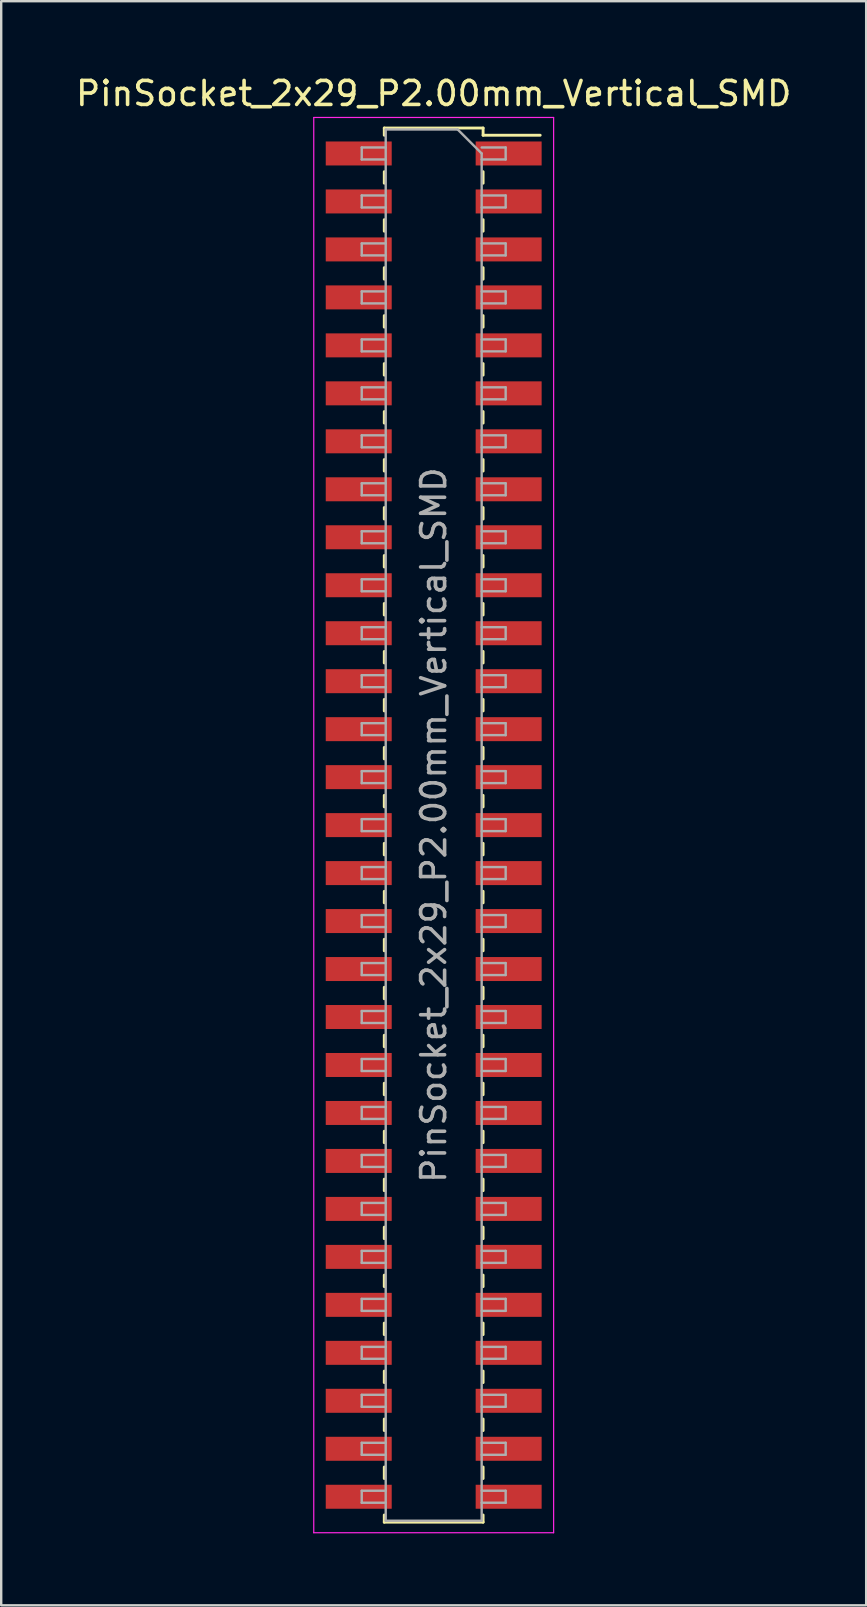
<source format=kicad_pcb>
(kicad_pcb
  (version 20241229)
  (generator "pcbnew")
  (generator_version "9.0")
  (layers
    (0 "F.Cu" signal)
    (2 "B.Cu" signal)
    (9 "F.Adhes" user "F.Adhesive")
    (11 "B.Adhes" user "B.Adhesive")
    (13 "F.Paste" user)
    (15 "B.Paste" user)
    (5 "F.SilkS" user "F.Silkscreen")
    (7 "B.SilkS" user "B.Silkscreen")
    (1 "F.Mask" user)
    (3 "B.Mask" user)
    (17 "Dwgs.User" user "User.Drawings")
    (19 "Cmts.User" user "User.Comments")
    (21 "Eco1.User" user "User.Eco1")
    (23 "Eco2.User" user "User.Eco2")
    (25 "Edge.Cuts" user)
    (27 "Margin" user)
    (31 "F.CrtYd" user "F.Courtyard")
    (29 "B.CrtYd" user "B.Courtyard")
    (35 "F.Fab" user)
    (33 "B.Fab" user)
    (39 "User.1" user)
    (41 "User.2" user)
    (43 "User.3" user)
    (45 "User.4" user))
  (footprint "PinSocket_2x29_P2.00mm_Vertical_SMD"
    (layer "F.Cu")
    (at 15.03 31.348)
    (property "Reference" "PinSocket_2x29_P2.00mm_Vertical_SMD" (at 0 -30.5 0) (layer "F.SilkS") (effects (font (size 1 1) (thickness 0.15))))
    (attr smd)
    (fp_line (start -2.06 -29.06) (end -2.06 -28.76) (stroke (width 0.12) (type solid)) (layer "F.SilkS"))
    (fp_line (start -2.06 -29.06) (end 2.06 -29.06) (stroke (width 0.12) (type solid)) (layer "F.SilkS"))
    (fp_line (start -2.06 -27.24) (end -2.06 -26.76) (stroke (width 0.12) (type solid)) (layer "F.SilkS"))
    (fp_line (start -2.06 -25.24) (end -2.06 -24.76) (stroke (width 0.12) (type solid)) (layer "F.SilkS"))
    (fp_line (start -2.06 -23.24) (end -2.06 -22.76) (stroke (width 0.12) (type solid)) (layer "F.SilkS"))
    (fp_line (start -2.06 -21.24) (end -2.06 -20.76) (stroke (width 0.12) (type solid)) (layer "F.SilkS"))
    (fp_line (start -2.06 -19.24) (end -2.06 -18.76) (stroke (width 0.12) (type solid)) (layer "F.SilkS"))
    (fp_line (start -2.06 -17.24) (end -2.06 -16.76) (stroke (width 0.12) (type solid)) (layer "F.SilkS"))
    (fp_line (start -2.06 -15.24) (end -2.06 -14.76) (stroke (width 0.12) (type solid)) (layer "F.SilkS"))
    (fp_line (start -2.06 -13.24) (end -2.06 -12.76) (stroke (width 0.12) (type solid)) (layer "F.SilkS"))
    (fp_line (start -2.06 -11.24) (end -2.06 -10.76) (stroke (width 0.12) (type solid)) (layer "F.SilkS"))
    (fp_line (start -2.06 -9.24) (end -2.06 -8.76) (stroke (width 0.12) (type solid)) (layer "F.SilkS"))
    (fp_line (start -2.06 -7.24) (end -2.06 -6.76) (stroke (width 0.12) (type solid)) (layer "F.SilkS"))
    (fp_line (start -2.06 -5.24) (end -2.06 -4.76) (stroke (width 0.12) (type solid)) (layer "F.SilkS"))
    (fp_line (start -2.06 -3.24) (end -2.06 -2.76) (stroke (width 0.12) (type solid)) (layer "F.SilkS"))
    (fp_line (start -2.06 -1.24) (end -2.06 -0.76) (stroke (width 0.12) (type solid)) (layer "F.SilkS"))
    (fp_line (start -2.06 0.76) (end -2.06 1.24) (stroke (width 0.12) (type solid)) (layer "F.SilkS"))
    (fp_line (start -2.06 2.76) (end -2.06 3.24) (stroke (width 0.12) (type solid)) (layer "F.SilkS"))
    (fp_line (start -2.06 4.76) (end -2.06 5.24) (stroke (width 0.12) (type solid)) (layer "F.SilkS"))
    (fp_line (start -2.06 6.76) (end -2.06 7.24) (stroke (width 0.12) (type solid)) (layer "F.SilkS"))
    (fp_line (start -2.06 8.76) (end -2.06 9.24) (stroke (width 0.12) (type solid)) (layer "F.SilkS"))
    (fp_line (start -2.06 10.76) (end -2.06 11.24) (stroke (width 0.12) (type solid)) (layer "F.SilkS"))
    (fp_line (start -2.06 12.76) (end -2.06 13.24) (stroke (width 0.12) (type solid)) (layer "F.SilkS"))
    (fp_line (start -2.06 14.76) (end -2.06 15.24) (stroke (width 0.12) (type solid)) (layer "F.SilkS"))
    (fp_line (start -2.06 16.76) (end -2.06 17.24) (stroke (width 0.12) (type solid)) (layer "F.SilkS"))
    (fp_line (start -2.06 18.76) (end -2.06 19.24) (stroke (width 0.12) (type solid)) (layer "F.SilkS"))
    (fp_line (start -2.06 20.76) (end -2.06 21.24) (stroke (width 0.12) (type solid)) (layer "F.SilkS"))
    (fp_line (start -2.06 22.76) (end -2.06 23.24) (stroke (width 0.12) (type solid)) (layer "F.SilkS"))
    (fp_line (start -2.06 24.76) (end -2.06 25.24) (stroke (width 0.12) (type solid)) (layer "F.SilkS"))
    (fp_line (start -2.06 26.76) (end -2.06 27.24) (stroke (width 0.12) (type solid)) (layer "F.SilkS"))
    (fp_line (start -2.06 28.76) (end -2.06 29.06) (stroke (width 0.12) (type solid)) (layer "F.SilkS"))
    (fp_line (start -2.06 29.06) (end 2.06 29.06) (stroke (width 0.12) (type solid)) (layer "F.SilkS"))
    (fp_line (start 2.06 -29.06) (end 2.06 -28.76) (stroke (width 0.12) (type solid)) (layer "F.SilkS"))
    (fp_line (start 2.06 -28.76) (end 4.44 -28.76) (stroke (width 0.12) (type solid)) (layer "F.SilkS"))
    (fp_line (start 2.06 -27.24) (end 2.06 -26.76) (stroke (width 0.12) (type solid)) (layer "F.SilkS"))
    (fp_line (start 2.06 -25.24) (end 2.06 -24.76) (stroke (width 0.12) (type solid)) (layer "F.SilkS"))
    (fp_line (start 2.06 -23.24) (end 2.06 -22.76) (stroke (width 0.12) (type solid)) (layer "F.SilkS"))
    (fp_line (start 2.06 -21.24) (end 2.06 -20.76) (stroke (width 0.12) (type solid)) (layer "F.SilkS"))
    (fp_line (start 2.06 -19.24) (end 2.06 -18.76) (stroke (width 0.12) (type solid)) (layer "F.SilkS"))
    (fp_line (start 2.06 -17.24) (end 2.06 -16.76) (stroke (width 0.12) (type solid)) (layer "F.SilkS"))
    (fp_line (start 2.06 -15.24) (end 2.06 -14.76) (stroke (width 0.12) (type solid)) (layer "F.SilkS"))
    (fp_line (start 2.06 -13.24) (end 2.06 -12.76) (stroke (width 0.12) (type solid)) (layer "F.SilkS"))
    (fp_line (start 2.06 -11.24) (end 2.06 -10.76) (stroke (width 0.12) (type solid)) (layer "F.SilkS"))
    (fp_line (start 2.06 -9.24) (end 2.06 -8.76) (stroke (width 0.12) (type solid)) (layer "F.SilkS"))
    (fp_line (start 2.06 -7.24) (end 2.06 -6.76) (stroke (width 0.12) (type solid)) (layer "F.SilkS"))
    (fp_line (start 2.06 -5.24) (end 2.06 -4.76) (stroke (width 0.12) (type solid)) (layer "F.SilkS"))
    (fp_line (start 2.06 -3.24) (end 2.06 -2.76) (stroke (width 0.12) (type solid)) (layer "F.SilkS"))
    (fp_line (start 2.06 -1.24) (end 2.06 -0.76) (stroke (width 0.12) (type solid)) (layer "F.SilkS"))
    (fp_line (start 2.06 0.76) (end 2.06 1.24) (stroke (width 0.12) (type solid)) (layer "F.SilkS"))
    (fp_line (start 2.06 2.76) (end 2.06 3.24) (stroke (width 0.12) (type solid)) (layer "F.SilkS"))
    (fp_line (start 2.06 4.76) (end 2.06 5.24) (stroke (width 0.12) (type solid)) (layer "F.SilkS"))
    (fp_line (start 2.06 6.76) (end 2.06 7.24) (stroke (width 0.12) (type solid)) (layer "F.SilkS"))
    (fp_line (start 2.06 8.76) (end 2.06 9.24) (stroke (width 0.12) (type solid)) (layer "F.SilkS"))
    (fp_line (start 2.06 10.76) (end 2.06 11.24) (stroke (width 0.12) (type solid)) (layer "F.SilkS"))
    (fp_line (start 2.06 12.76) (end 2.06 13.24) (stroke (width 0.12) (type solid)) (layer "F.SilkS"))
    (fp_line (start 2.06 14.76) (end 2.06 15.24) (stroke (width 0.12) (type solid)) (layer "F.SilkS"))
    (fp_line (start 2.06 16.76) (end 2.06 17.24) (stroke (width 0.12) (type solid)) (layer "F.SilkS"))
    (fp_line (start 2.06 18.76) (end 2.06 19.24) (stroke (width 0.12) (type solid)) (layer "F.SilkS"))
    (fp_line (start 2.06 20.76) (end 2.06 21.24) (stroke (width 0.12) (type solid)) (layer "F.SilkS"))
    (fp_line (start 2.06 22.76) (end 2.06 23.24) (stroke (width 0.12) (type solid)) (layer "F.SilkS"))
    (fp_line (start 2.06 24.76) (end 2.06 25.24) (stroke (width 0.12) (type solid)) (layer "F.SilkS"))
    (fp_line (start 2.06 26.76) (end 2.06 27.24) (stroke (width 0.12) (type solid)) (layer "F.SilkS"))
    (fp_line (start 2.06 28.76) (end 2.06 29.06) (stroke (width 0.12) (type solid)) (layer "F.SilkS"))
    (fp_line (start -5 -29.5) (end 5 -29.5) (stroke (width 0.05) (type solid)) (layer "F.CrtYd"))
    (fp_line (start -5 29.5) (end -5 -29.5) (stroke (width 0.05) (type solid)) (layer "F.CrtYd"))
    (fp_line (start 5 -29.5) (end 5 29.5) (stroke (width 0.05) (type solid)) (layer "F.CrtYd"))
    (fp_line (start 5 29.5) (end -5 29.5) (stroke (width 0.05) (type solid)) (layer "F.CrtYd"))
    (fp_line (start -3 -28.25) (end -2 -28.25) (stroke (width 0.1) (type solid)) (layer "F.Fab"))
    (fp_line (start -3 -27.75) (end -3 -28.25) (stroke (width 0.1) (type solid)) (layer "F.Fab"))
    (fp_line (start -3 -26.25) (end -2 -26.25) (stroke (width 0.1) (type solid)) (layer "F.Fab"))
    (fp_line (start -3 -25.75) (end -3 -26.25) (stroke (width 0.1) (type solid)) (layer "F.Fab"))
    (fp_line (start -3 -24.25) (end -2 -24.25) (stroke (width 0.1) (type solid)) (layer "F.Fab"))
    (fp_line (start -3 -23.75) (end -3 -24.25) (stroke (width 0.1) (type solid)) (layer "F.Fab"))
    (fp_line (start -3 -22.25) (end -2 -22.25) (stroke (width 0.1) (type solid)) (layer "F.Fab"))
    (fp_line (start -3 -21.75) (end -3 -22.25) (stroke (width 0.1) (type solid)) (layer "F.Fab"))
    (fp_line (start -3 -20.25) (end -2 -20.25) (stroke (width 0.1) (type solid)) (layer "F.Fab"))
    (fp_line (start -3 -19.75) (end -3 -20.25) (stroke (width 0.1) (type solid)) (layer "F.Fab"))
    (fp_line (start -3 -18.25) (end -2 -18.25) (stroke (width 0.1) (type solid)) (layer "F.Fab"))
    (fp_line (start -3 -17.75) (end -3 -18.25) (stroke (width 0.1) (type solid)) (layer "F.Fab"))
    (fp_line (start -3 -16.25) (end -2 -16.25) (stroke (width 0.1) (type solid)) (layer "F.Fab"))
    (fp_line (start -3 -15.75) (end -3 -16.25) (stroke (width 0.1) (type solid)) (layer "F.Fab"))
    (fp_line (start -3 -14.25) (end -2 -14.25) (stroke (width 0.1) (type solid)) (layer "F.Fab"))
    (fp_line (start -3 -13.75) (end -3 -14.25) (stroke (width 0.1) (type solid)) (layer "F.Fab"))
    (fp_line (start -3 -12.25) (end -2 -12.25) (stroke (width 0.1) (type solid)) (layer "F.Fab"))
    (fp_line (start -3 -11.75) (end -3 -12.25) (stroke (width 0.1) (type solid)) (layer "F.Fab"))
    (fp_line (start -3 -10.25) (end -2 -10.25) (stroke (width 0.1) (type solid)) (layer "F.Fab"))
    (fp_line (start -3 -9.75) (end -3 -10.25) (stroke (width 0.1) (type solid)) (layer "F.Fab"))
    (fp_line (start -3 -8.25) (end -2 -8.25) (stroke (width 0.1) (type solid)) (layer "F.Fab"))
    (fp_line (start -3 -7.75) (end -3 -8.25) (stroke (width 0.1) (type solid)) (layer "F.Fab"))
    (fp_line (start -3 -6.25) (end -2 -6.25) (stroke (width 0.1) (type solid)) (layer "F.Fab"))
    (fp_line (start -3 -5.75) (end -3 -6.25) (stroke (width 0.1) (type solid)) (layer "F.Fab"))
    (fp_line (start -3 -4.25) (end -2 -4.25) (stroke (width 0.1) (type solid)) (layer "F.Fab"))
    (fp_line (start -3 -3.75) (end -3 -4.25) (stroke (width 0.1) (type solid)) (layer "F.Fab"))
    (fp_line (start -3 -2.25) (end -2 -2.25) (stroke (width 0.1) (type solid)) (layer "F.Fab"))
    (fp_line (start -3 -1.75) (end -3 -2.25) (stroke (width 0.1) (type solid)) (layer "F.Fab"))
    (fp_line (start -3 -0.25) (end -2 -0.25) (stroke (width 0.1) (type solid)) (layer "F.Fab"))
    (fp_line (start -3 0.25) (end -3 -0.25) (stroke (width 0.1) (type solid)) (layer "F.Fab"))
    (fp_line (start -3 1.75) (end -2 1.75) (stroke (width 0.1) (type solid)) (layer "F.Fab"))
    (fp_line (start -3 2.25) (end -3 1.75) (stroke (width 0.1) (type solid)) (layer "F.Fab"))
    (fp_line (start -3 3.75) (end -2 3.75) (stroke (width 0.1) (type solid)) (layer "F.Fab"))
    (fp_line (start -3 4.25) (end -3 3.75) (stroke (width 0.1) (type solid)) (layer "F.Fab"))
    (fp_line (start -3 5.75) (end -2 5.75) (stroke (width 0.1) (type solid)) (layer "F.Fab"))
    (fp_line (start -3 6.25) (end -3 5.75) (stroke (width 0.1) (type solid)) (layer "F.Fab"))
    (fp_line (start -3 7.75) (end -2 7.75) (stroke (width 0.1) (type solid)) (layer "F.Fab"))
    (fp_line (start -3 8.25) (end -3 7.75) (stroke (width 0.1) (type solid)) (layer "F.Fab"))
    (fp_line (start -3 9.75) (end -2 9.75) (stroke (width 0.1) (type solid)) (layer "F.Fab"))
    (fp_line (start -3 10.25) (end -3 9.75) (stroke (width 0.1) (type solid)) (layer "F.Fab"))
    (fp_line (start -3 11.75) (end -2 11.75) (stroke (width 0.1) (type solid)) (layer "F.Fab"))
    (fp_line (start -3 12.25) (end -3 11.75) (stroke (width 0.1) (type solid)) (layer "F.Fab"))
    (fp_line (start -3 13.75) (end -2 13.75) (stroke (width 0.1) (type solid)) (layer "F.Fab"))
    (fp_line (start -3 14.25) (end -3 13.75) (stroke (width 0.1) (type solid)) (layer "F.Fab"))
    (fp_line (start -3 15.75) (end -2 15.75) (stroke (width 0.1) (type solid)) (layer "F.Fab"))
    (fp_line (start -3 16.25) (end -3 15.75) (stroke (width 0.1) (type solid)) (layer "F.Fab"))
    (fp_line (start -3 17.75) (end -2 17.75) (stroke (width 0.1) (type solid)) (layer "F.Fab"))
    (fp_line (start -3 18.25) (end -3 17.75) (stroke (width 0.1) (type solid)) (layer "F.Fab"))
    (fp_line (start -3 19.75) (end -2 19.75) (stroke (width 0.1) (type solid)) (layer "F.Fab"))
    (fp_line (start -3 20.25) (end -3 19.75) (stroke (width 0.1) (type solid)) (layer "F.Fab"))
    (fp_line (start -3 21.75) (end -2 21.75) (stroke (width 0.1) (type solid)) (layer "F.Fab"))
    (fp_line (start -3 22.25) (end -3 21.75) (stroke (width 0.1) (type solid)) (layer "F.Fab"))
    (fp_line (start -3 23.75) (end -2 23.75) (stroke (width 0.1) (type solid)) (layer "F.Fab"))
    (fp_line (start -3 24.25) (end -3 23.75) (stroke (width 0.1) (type solid)) (layer "F.Fab"))
    (fp_line (start -3 25.75) (end -2 25.75) (stroke (width 0.1) (type solid)) (layer "F.Fab"))
    (fp_line (start -3 26.25) (end -3 25.75) (stroke (width 0.1) (type solid)) (layer "F.Fab"))
    (fp_line (start -3 27.75) (end -2 27.75) (stroke (width 0.1) (type solid)) (layer "F.Fab"))
    (fp_line (start -3 28.25) (end -3 27.75) (stroke (width 0.1) (type solid)) (layer "F.Fab"))
    (fp_line (start -2 -29) (end 1 -29) (stroke (width 0.1) (type solid)) (layer "F.Fab"))
    (fp_line (start -2 -27.75) (end -3 -27.75) (stroke (width 0.1) (type solid)) (layer "F.Fab"))
    (fp_line (start -2 -25.75) (end -3 -25.75) (stroke (width 0.1) (type solid)) (layer "F.Fab"))
    (fp_line (start -2 -23.75) (end -3 -23.75) (stroke (width 0.1) (type solid)) (layer "F.Fab"))
    (fp_line (start -2 -21.75) (end -3 -21.75) (stroke (width 0.1) (type solid)) (layer "F.Fab"))
    (fp_line (start -2 -19.75) (end -3 -19.75) (stroke (width 0.1) (type solid)) (layer "F.Fab"))
    (fp_line (start -2 -17.75) (end -3 -17.75) (stroke (width 0.1) (type solid)) (layer "F.Fab"))
    (fp_line (start -2 -15.75) (end -3 -15.75) (stroke (width 0.1) (type solid)) (layer "F.Fab"))
    (fp_line (start -2 -13.75) (end -3 -13.75) (stroke (width 0.1) (type solid)) (layer "F.Fab"))
    (fp_line (start -2 -11.75) (end -3 -11.75) (stroke (width 0.1) (type solid)) (layer "F.Fab"))
    (fp_line (start -2 -9.75) (end -3 -9.75) (stroke (width 0.1) (type solid)) (layer "F.Fab"))
    (fp_line (start -2 -7.75) (end -3 -7.75) (stroke (width 0.1) (type solid)) (layer "F.Fab"))
    (fp_line (start -2 -5.75) (end -3 -5.75) (stroke (width 0.1) (type solid)) (layer "F.Fab"))
    (fp_line (start -2 -3.75) (end -3 -3.75) (stroke (width 0.1) (type solid)) (layer "F.Fab"))
    (fp_line (start -2 -1.75) (end -3 -1.75) (stroke (width 0.1) (type solid)) (layer "F.Fab"))
    (fp_line (start -2 0.25) (end -3 0.25) (stroke (width 0.1) (type solid)) (layer "F.Fab"))
    (fp_line (start -2 2.25) (end -3 2.25) (stroke (width 0.1) (type solid)) (layer "F.Fab"))
    (fp_line (start -2 4.25) (end -3 4.25) (stroke (width 0.1) (type solid)) (layer "F.Fab"))
    (fp_line (start -2 6.25) (end -3 6.25) (stroke (width 0.1) (type solid)) (layer "F.Fab"))
    (fp_line (start -2 8.25) (end -3 8.25) (stroke (width 0.1) (type solid)) (layer "F.Fab"))
    (fp_line (start -2 10.25) (end -3 10.25) (stroke (width 0.1) (type solid)) (layer "F.Fab"))
    (fp_line (start -2 12.25) (end -3 12.25) (stroke (width 0.1) (type solid)) (layer "F.Fab"))
    (fp_line (start -2 14.25) (end -3 14.25) (stroke (width 0.1) (type solid)) (layer "F.Fab"))
    (fp_line (start -2 16.25) (end -3 16.25) (stroke (width 0.1) (type solid)) (layer "F.Fab"))
    (fp_line (start -2 18.25) (end -3 18.25) (stroke (width 0.1) (type solid)) (layer "F.Fab"))
    (fp_line (start -2 20.25) (end -3 20.25) (stroke (width 0.1) (type solid)) (layer "F.Fab"))
    (fp_line (start -2 22.25) (end -3 22.25) (stroke (width 0.1) (type solid)) (layer "F.Fab"))
    (fp_line (start -2 24.25) (end -3 24.25) (stroke (width 0.1) (type solid)) (layer "F.Fab"))
    (fp_line (start -2 26.25) (end -3 26.25) (stroke (width 0.1) (type solid)) (layer "F.Fab"))
    (fp_line (start -2 28.25) (end -3 28.25) (stroke (width 0.1) (type solid)) (layer "F.Fab"))
    (fp_line (start -2 29) (end -2 -29) (stroke (width 0.1) (type solid)) (layer "F.Fab"))
    (fp_line (start 1 -29) (end 2 -28) (stroke (width 0.1) (type solid)) (layer "F.Fab"))
    (fp_line (start 2 -28.25) (end 3 -28.25) (stroke (width 0.1) (type solid)) (layer "F.Fab"))
    (fp_line (start 2 -28) (end 2 29) (stroke (width 0.1) (type solid)) (layer "F.Fab"))
    (fp_line (start 2 -26.25) (end 3 -26.25) (stroke (width 0.1) (type solid)) (layer "F.Fab"))
    (fp_line (start 2 -24.25) (end 3 -24.25) (stroke (width 0.1) (type solid)) (layer "F.Fab"))
    (fp_line (start 2 -22.25) (end 3 -22.25) (stroke (width 0.1) (type solid)) (layer "F.Fab"))
    (fp_line (start 2 -20.25) (end 3 -20.25) (stroke (width 0.1) (type solid)) (layer "F.Fab"))
    (fp_line (start 2 -18.25) (end 3 -18.25) (stroke (width 0.1) (type solid)) (layer "F.Fab"))
    (fp_line (start 2 -16.25) (end 3 -16.25) (stroke (width 0.1) (type solid)) (layer "F.Fab"))
    (fp_line (start 2 -14.25) (end 3 -14.25) (stroke (width 0.1) (type solid)) (layer "F.Fab"))
    (fp_line (start 2 -12.25) (end 3 -12.25) (stroke (width 0.1) (type solid)) (layer "F.Fab"))
    (fp_line (start 2 -10.25) (end 3 -10.25) (stroke (width 0.1) (type solid)) (layer "F.Fab"))
    (fp_line (start 2 -8.25) (end 3 -8.25) (stroke (width 0.1) (type solid)) (layer "F.Fab"))
    (fp_line (start 2 -6.25) (end 3 -6.25) (stroke (width 0.1) (type solid)) (layer "F.Fab"))
    (fp_line (start 2 -4.25) (end 3 -4.25) (stroke (width 0.1) (type solid)) (layer "F.Fab"))
    (fp_line (start 2 -2.25) (end 3 -2.25) (stroke (width 0.1) (type solid)) (layer "F.Fab"))
    (fp_line (start 2 -0.25) (end 3 -0.25) (stroke (width 0.1) (type solid)) (layer "F.Fab"))
    (fp_line (start 2 1.75) (end 3 1.75) (stroke (width 0.1) (type solid)) (layer "F.Fab"))
    (fp_line (start 2 3.75) (end 3 3.75) (stroke (width 0.1) (type solid)) (layer "F.Fab"))
    (fp_line (start 2 5.75) (end 3 5.75) (stroke (width 0.1) (type solid)) (layer "F.Fab"))
    (fp_line (start 2 7.75) (end 3 7.75) (stroke (width 0.1) (type solid)) (layer "F.Fab"))
    (fp_line (start 2 9.75) (end 3 9.75) (stroke (width 0.1) (type solid)) (layer "F.Fab"))
    (fp_line (start 2 11.75) (end 3 11.75) (stroke (width 0.1) (type solid)) (layer "F.Fab"))
    (fp_line (start 2 13.75) (end 3 13.75) (stroke (width 0.1) (type solid)) (layer "F.Fab"))
    (fp_line (start 2 15.75) (end 3 15.75) (stroke (width 0.1) (type solid)) (layer "F.Fab"))
    (fp_line (start 2 17.75) (end 3 17.75) (stroke (width 0.1) (type solid)) (layer "F.Fab"))
    (fp_line (start 2 19.75) (end 3 19.75) (stroke (width 0.1) (type solid)) (layer "F.Fab"))
    (fp_line (start 2 21.75) (end 3 21.75) (stroke (width 0.1) (type solid)) (layer "F.Fab"))
    (fp_line (start 2 23.75) (end 3 23.75) (stroke (width 0.1) (type solid)) (layer "F.Fab"))
    (fp_line (start 2 25.75) (end 3 25.75) (stroke (width 0.1) (type solid)) (layer "F.Fab"))
    (fp_line (start 2 27.75) (end 3 27.75) (stroke (width 0.1) (type solid)) (layer "F.Fab"))
    (fp_line (start 2 29) (end -2 29) (stroke (width 0.1) (type solid)) (layer "F.Fab"))
    (fp_line (start 3 -28.25) (end 3 -27.75) (stroke (width 0.1) (type solid)) (layer "F.Fab"))
    (fp_line (start 3 -27.75) (end 2 -27.75) (stroke (width 0.1) (type solid)) (layer "F.Fab"))
    (fp_line (start 3 -26.25) (end 3 -25.75) (stroke (width 0.1) (type solid)) (layer "F.Fab"))
    (fp_line (start 3 -25.75) (end 2 -25.75) (stroke (width 0.1) (type solid)) (layer "F.Fab"))
    (fp_line (start 3 -24.25) (end 3 -23.75) (stroke (width 0.1) (type solid)) (layer "F.Fab"))
    (fp_line (start 3 -23.75) (end 2 -23.75) (stroke (width 0.1) (type solid)) (layer "F.Fab"))
    (fp_line (start 3 -22.25) (end 3 -21.75) (stroke (width 0.1) (type solid)) (layer "F.Fab"))
    (fp_line (start 3 -21.75) (end 2 -21.75) (stroke (width 0.1) (type solid)) (layer "F.Fab"))
    (fp_line (start 3 -20.25) (end 3 -19.75) (stroke (width 0.1) (type solid)) (layer "F.Fab"))
    (fp_line (start 3 -19.75) (end 2 -19.75) (stroke (width 0.1) (type solid)) (layer "F.Fab"))
    (fp_line (start 3 -18.25) (end 3 -17.75) (stroke (width 0.1) (type solid)) (layer "F.Fab"))
    (fp_line (start 3 -17.75) (end 2 -17.75) (stroke (width 0.1) (type solid)) (layer "F.Fab"))
    (fp_line (start 3 -16.25) (end 3 -15.75) (stroke (width 0.1) (type solid)) (layer "F.Fab"))
    (fp_line (start 3 -15.75) (end 2 -15.75) (stroke (width 0.1) (type solid)) (layer "F.Fab"))
    (fp_line (start 3 -14.25) (end 3 -13.75) (stroke (width 0.1) (type solid)) (layer "F.Fab"))
    (fp_line (start 3 -13.75) (end 2 -13.75) (stroke (width 0.1) (type solid)) (layer "F.Fab"))
    (fp_line (start 3 -12.25) (end 3 -11.75) (stroke (width 0.1) (type solid)) (layer "F.Fab"))
    (fp_line (start 3 -11.75) (end 2 -11.75) (stroke (width 0.1) (type solid)) (layer "F.Fab"))
    (fp_line (start 3 -10.25) (end 3 -9.75) (stroke (width 0.1) (type solid)) (layer "F.Fab"))
    (fp_line (start 3 -9.75) (end 2 -9.75) (stroke (width 0.1) (type solid)) (layer "F.Fab"))
    (fp_line (start 3 -8.25) (end 3 -7.75) (stroke (width 0.1) (type solid)) (layer "F.Fab"))
    (fp_line (start 3 -7.75) (end 2 -7.75) (stroke (width 0.1) (type solid)) (layer "F.Fab"))
    (fp_line (start 3 -6.25) (end 3 -5.75) (stroke (width 0.1) (type solid)) (layer "F.Fab"))
    (fp_line (start 3 -5.75) (end 2 -5.75) (stroke (width 0.1) (type solid)) (layer "F.Fab"))
    (fp_line (start 3 -4.25) (end 3 -3.75) (stroke (width 0.1) (type solid)) (layer "F.Fab"))
    (fp_line (start 3 -3.75) (end 2 -3.75) (stroke (width 0.1) (type solid)) (layer "F.Fab"))
    (fp_line (start 3 -2.25) (end 3 -1.75) (stroke (width 0.1) (type solid)) (layer "F.Fab"))
    (fp_line (start 3 -1.75) (end 2 -1.75) (stroke (width 0.1) (type solid)) (layer "F.Fab"))
    (fp_line (start 3 -0.25) (end 3 0.25) (stroke (width 0.1) (type solid)) (layer "F.Fab"))
    (fp_line (start 3 0.25) (end 2 0.25) (stroke (width 0.1) (type solid)) (layer "F.Fab"))
    (fp_line (start 3 1.75) (end 3 2.25) (stroke (width 0.1) (type solid)) (layer "F.Fab"))
    (fp_line (start 3 2.25) (end 2 2.25) (stroke (width 0.1) (type solid)) (layer "F.Fab"))
    (fp_line (start 3 3.75) (end 3 4.25) (stroke (width 0.1) (type solid)) (layer "F.Fab"))
    (fp_line (start 3 4.25) (end 2 4.25) (stroke (width 0.1) (type solid)) (layer "F.Fab"))
    (fp_line (start 3 5.75) (end 3 6.25) (stroke (width 0.1) (type solid)) (layer "F.Fab"))
    (fp_line (start 3 6.25) (end 2 6.25) (stroke (width 0.1) (type solid)) (layer "F.Fab"))
    (fp_line (start 3 7.75) (end 3 8.25) (stroke (width 0.1) (type solid)) (layer "F.Fab"))
    (fp_line (start 3 8.25) (end 2 8.25) (stroke (width 0.1) (type solid)) (layer "F.Fab"))
    (fp_line (start 3 9.75) (end 3 10.25) (stroke (width 0.1) (type solid)) (layer "F.Fab"))
    (fp_line (start 3 10.25) (end 2 10.25) (stroke (width 0.1) (type solid)) (layer "F.Fab"))
    (fp_line (start 3 11.75) (end 3 12.25) (stroke (width 0.1) (type solid)) (layer "F.Fab"))
    (fp_line (start 3 12.25) (end 2 12.25) (stroke (width 0.1) (type solid)) (layer "F.Fab"))
    (fp_line (start 3 13.75) (end 3 14.25) (stroke (width 0.1) (type solid)) (layer "F.Fab"))
    (fp_line (start 3 14.25) (end 2 14.25) (stroke (width 0.1) (type solid)) (layer "F.Fab"))
    (fp_line (start 3 15.75) (end 3 16.25) (stroke (width 0.1) (type solid)) (layer "F.Fab"))
    (fp_line (start 3 16.25) (end 2 16.25) (stroke (width 0.1) (type solid)) (layer "F.Fab"))
    (fp_line (start 3 17.75) (end 3 18.25) (stroke (width 0.1) (type solid)) (layer "F.Fab"))
    (fp_line (start 3 18.25) (end 2 18.25) (stroke (width 0.1) (type solid)) (layer "F.Fab"))
    (fp_line (start 3 19.75) (end 3 20.25) (stroke (width 0.1) (type solid)) (layer "F.Fab"))
    (fp_line (start 3 20.25) (end 2 20.25) (stroke (width 0.1) (type solid)) (layer "F.Fab"))
    (fp_line (start 3 21.75) (end 3 22.25) (stroke (width 0.1) (type solid)) (layer "F.Fab"))
    (fp_line (start 3 22.25) (end 2 22.25) (stroke (width 0.1) (type solid)) (layer "F.Fab"))
    (fp_line (start 3 23.75) (end 3 24.25) (stroke (width 0.1) (type solid)) (layer "F.Fab"))
    (fp_line (start 3 24.25) (end 2 24.25) (stroke (width 0.1) (type solid)) (layer "F.Fab"))
    (fp_line (start 3 25.75) (end 3 26.25) (stroke (width 0.1) (type solid)) (layer "F.Fab"))
    (fp_line (start 3 26.25) (end 2 26.25) (stroke (width 0.1) (type solid)) (layer "F.Fab"))
    (fp_line (start 3 27.75) (end 3 28.25) (stroke (width 0.1) (type solid)) (layer "F.Fab"))
    (fp_line (start 3 28.25) (end 2 28.25) (stroke (width 0.1) (type solid)) (layer "F.Fab"))
    (fp_text user "${REFERENCE}" (at 0 0 90) (layer "F.Fab") (effects (font (size 1 1) (thickness 0.15))))
    (pad "1" smd rect (at 3.125 -28) (size 2.75 1) (layers "F.Cu" "F.Mask" "F.Paste"))
    (pad "2" smd rect (at -3.125 -28) (size 2.75 1) (layers "F.Cu" "F.Mask" "F.Paste"))
    (pad "3" smd rect (at 3.125 -26) (size 2.75 1) (layers "F.Cu" "F.Mask" "F.Paste"))
    (pad "4" smd rect (at -3.125 -26) (size 2.75 1) (layers "F.Cu" "F.Mask" "F.Paste"))
    (pad "5" smd rect (at 3.125 -24) (size 2.75 1) (layers "F.Cu" "F.Mask" "F.Paste"))
    (pad "6" smd rect (at -3.125 -24) (size 2.75 1) (layers "F.Cu" "F.Mask" "F.Paste"))
    (pad "7" smd rect (at 3.125 -22) (size 2.75 1) (layers "F.Cu" "F.Mask" "F.Paste"))
    (pad "8" smd rect (at -3.125 -22) (size 2.75 1) (layers "F.Cu" "F.Mask" "F.Paste"))
    (pad "9" smd rect (at 3.125 -20) (size 2.75 1) (layers "F.Cu" "F.Mask" "F.Paste"))
    (pad "10" smd rect (at -3.125 -20) (size 2.75 1) (layers "F.Cu" "F.Mask" "F.Paste"))
    (pad "11" smd rect (at 3.125 -18) (size 2.75 1) (layers "F.Cu" "F.Mask" "F.Paste"))
    (pad "12" smd rect (at -3.125 -18) (size 2.75 1) (layers "F.Cu" "F.Mask" "F.Paste"))
    (pad "13" smd rect (at 3.125 -16) (size 2.75 1) (layers "F.Cu" "F.Mask" "F.Paste"))
    (pad "14" smd rect (at -3.125 -16) (size 2.75 1) (layers "F.Cu" "F.Mask" "F.Paste"))
    (pad "15" smd rect (at 3.125 -14) (size 2.75 1) (layers "F.Cu" "F.Mask" "F.Paste"))
    (pad "16" smd rect (at -3.125 -14) (size 2.75 1) (layers "F.Cu" "F.Mask" "F.Paste"))
    (pad "17" smd rect (at 3.125 -12) (size 2.75 1) (layers "F.Cu" "F.Mask" "F.Paste"))
    (pad "18" smd rect (at -3.125 -12) (size 2.75 1) (layers "F.Cu" "F.Mask" "F.Paste"))
    (pad "19" smd rect (at 3.125 -10) (size 2.75 1) (layers "F.Cu" "F.Mask" "F.Paste"))
    (pad "20" smd rect (at -3.125 -10) (size 2.75 1) (layers "F.Cu" "F.Mask" "F.Paste"))
    (pad "21" smd rect (at 3.125 -8) (size 2.75 1) (layers "F.Cu" "F.Mask" "F.Paste"))
    (pad "22" smd rect (at -3.125 -8) (size 2.75 1) (layers "F.Cu" "F.Mask" "F.Paste"))
    (pad "23" smd rect (at 3.125 -6) (size 2.75 1) (layers "F.Cu" "F.Mask" "F.Paste"))
    (pad "24" smd rect (at -3.125 -6) (size 2.75 1) (layers "F.Cu" "F.Mask" "F.Paste"))
    (pad "25" smd rect (at 3.125 -4) (size 2.75 1) (layers "F.Cu" "F.Mask" "F.Paste"))
    (pad "26" smd rect (at -3.125 -4) (size 2.75 1) (layers "F.Cu" "F.Mask" "F.Paste"))
    (pad "27" smd rect (at 3.125 -2) (size 2.75 1) (layers "F.Cu" "F.Mask" "F.Paste"))
    (pad "28" smd rect (at -3.125 -2) (size 2.75 1) (layers "F.Cu" "F.Mask" "F.Paste"))
    (pad "29" smd rect (at 3.125 0) (size 2.75 1) (layers "F.Cu" "F.Mask" "F.Paste"))
    (pad "30" smd rect (at -3.125 0) (size 2.75 1) (layers "F.Cu" "F.Mask" "F.Paste"))
    (pad "31" smd rect (at 3.125 2) (size 2.75 1) (layers "F.Cu" "F.Mask" "F.Paste"))
    (pad "32" smd rect (at -3.125 2) (size 2.75 1) (layers "F.Cu" "F.Mask" "F.Paste"))
    (pad "33" smd rect (at 3.125 4) (size 2.75 1) (layers "F.Cu" "F.Mask" "F.Paste"))
    (pad "34" smd rect (at -3.125 4) (size 2.75 1) (layers "F.Cu" "F.Mask" "F.Paste"))
    (pad "35" smd rect (at 3.125 6) (size 2.75 1) (layers "F.Cu" "F.Mask" "F.Paste"))
    (pad "36" smd rect (at -3.125 6) (size 2.75 1) (layers "F.Cu" "F.Mask" "F.Paste"))
    (pad "37" smd rect (at 3.125 8) (size 2.75 1) (layers "F.Cu" "F.Mask" "F.Paste"))
    (pad "38" smd rect (at -3.125 8) (size 2.75 1) (layers "F.Cu" "F.Mask" "F.Paste"))
    (pad "39" smd rect (at 3.125 10) (size 2.75 1) (layers "F.Cu" "F.Mask" "F.Paste"))
    (pad "40" smd rect (at -3.125 10) (size 2.75 1) (layers "F.Cu" "F.Mask" "F.Paste"))
    (pad "41" smd rect (at 3.125 12) (size 2.75 1) (layers "F.Cu" "F.Mask" "F.Paste"))
    (pad "42" smd rect (at -3.125 12) (size 2.75 1) (layers "F.Cu" "F.Mask" "F.Paste"))
    (pad "43" smd rect (at 3.125 14) (size 2.75 1) (layers "F.Cu" "F.Mask" "F.Paste"))
    (pad "44" smd rect (at -3.125 14) (size 2.75 1) (layers "F.Cu" "F.Mask" "F.Paste"))
    (pad "45" smd rect (at 3.125 16) (size 2.75 1) (layers "F.Cu" "F.Mask" "F.Paste"))
    (pad "46" smd rect (at -3.125 16) (size 2.75 1) (layers "F.Cu" "F.Mask" "F.Paste"))
    (pad "47" smd rect (at 3.125 18) (size 2.75 1) (layers "F.Cu" "F.Mask" "F.Paste"))
    (pad "48" smd rect (at -3.125 18) (size 2.75 1) (layers "F.Cu" "F.Mask" "F.Paste"))
    (pad "49" smd rect (at 3.125 20) (size 2.75 1) (layers "F.Cu" "F.Mask" "F.Paste"))
    (pad "50" smd rect (at -3.125 20) (size 2.75 1) (layers "F.Cu" "F.Mask" "F.Paste"))
    (pad "51" smd rect (at 3.125 22) (size 2.75 1) (layers "F.Cu" "F.Mask" "F.Paste"))
    (pad "52" smd rect (at -3.125 22) (size 2.75 1) (layers "F.Cu" "F.Mask" "F.Paste"))
    (pad "53" smd rect (at 3.125 24) (size 2.75 1) (layers "F.Cu" "F.Mask" "F.Paste"))
    (pad "54" smd rect (at -3.125 24) (size 2.75 1) (layers "F.Cu" "F.Mask" "F.Paste"))
    (pad "55" smd rect (at 3.125 26) (size 2.75 1) (layers "F.Cu" "F.Mask" "F.Paste"))
    (pad "56" smd rect (at -3.125 26) (size 2.75 1) (layers "F.Cu" "F.Mask" "F.Paste"))
    (pad "57" smd rect (at 3.125 28) (size 2.75 1) (layers "F.Cu" "F.Mask" "F.Paste"))
    (pad "58" smd rect (at -3.125 28) (size 2.75 1) (layers "F.Cu" "F.Mask" "F.Paste")))
  (gr_rect
    (start -3 -3)
    (end 33.06 63.873)
    (stroke (width 0.1) (type default))
    (fill no)
    (layer "Edge.Cuts")))
</source>
